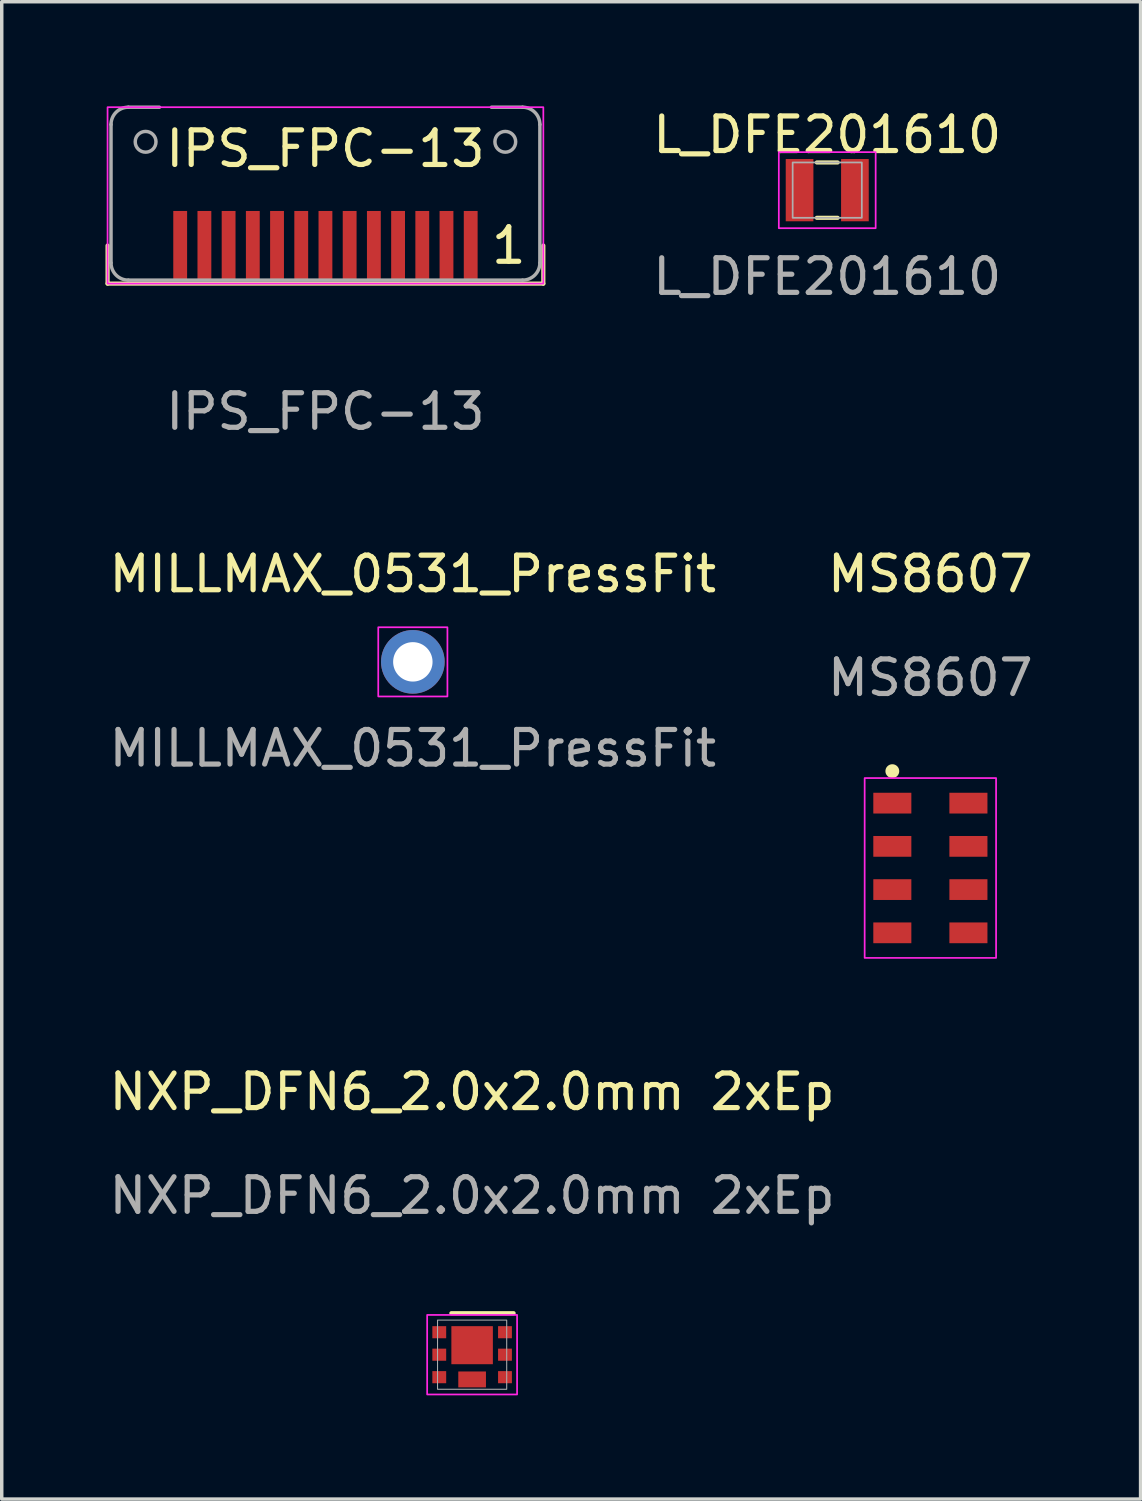
<source format=kicad_pcb>
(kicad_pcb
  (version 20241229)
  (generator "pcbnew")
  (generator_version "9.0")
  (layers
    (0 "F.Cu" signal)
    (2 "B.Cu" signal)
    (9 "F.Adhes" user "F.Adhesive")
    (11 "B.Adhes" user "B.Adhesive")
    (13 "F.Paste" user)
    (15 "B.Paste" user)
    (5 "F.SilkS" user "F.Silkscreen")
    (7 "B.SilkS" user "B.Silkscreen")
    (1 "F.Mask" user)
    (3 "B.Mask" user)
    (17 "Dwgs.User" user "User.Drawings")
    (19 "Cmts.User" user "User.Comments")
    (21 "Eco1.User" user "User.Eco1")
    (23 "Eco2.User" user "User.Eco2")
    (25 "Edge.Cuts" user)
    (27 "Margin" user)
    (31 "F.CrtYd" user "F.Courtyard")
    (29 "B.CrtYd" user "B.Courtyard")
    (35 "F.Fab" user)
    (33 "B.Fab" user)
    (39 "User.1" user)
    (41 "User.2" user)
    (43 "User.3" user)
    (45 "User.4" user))
  (footprint "IPS_FPC-13"
    (layer "F.Cu")
    (at 6.36 4.05)
    (property "Reference" "IPS_FPC-13" (at 0 -2.8 0) (unlocked yes) (layer "F.SilkS") (effects (font (size 1 1) (thickness 0.15))))
    (attr smd)
    (fp_line (start -6.3 1.1) (end -6.3 0) (stroke (width 0.12) (type solid)) (layer "F.SilkS"))
    (fp_line (start 6.3 0) (end 6.3 1.1) (stroke (width 0.12) (type solid)) (layer "F.SilkS"))
    (fp_line (start 6.3 1.1) (end -6.3 1.1) (stroke (width 0.12) (type solid)) (layer "F.SilkS"))
    (fp_rect (start -6.3 -4) (end 6.3 1.1) (stroke (width 0.05) (type solid)) (fill no) (layer "F.CrtYd"))
    (fp_line (start -6.2 0.5) (end -6.2 -3.5) (stroke (width 0.1) (type solid)) (layer "F.Fab"))
    (fp_line (start -5.7 -4) (end -4.8 -4) (stroke (width 0.1) (type solid)) (layer "F.Fab"))
    (fp_line (start 5.7 1) (end -5.7 1) (stroke (width 0.1) (type solid)) (layer "F.Fab"))
    (fp_line (start 5.7 -4) (end 4.8 -4) (stroke (width 0.1) (type solid)) (layer "F.Fab"))
    (fp_line (start 6.2 0.5) (end 6.2 -3.5) (stroke (width 0.1) (type solid)) (layer "F.Fab"))
    (fp_arc (start -6.200001 -3.500001) (mid -6.053554 -3.853554) (end -5.700001 -4.000001) (stroke (width 0.1) (type solid)) (layer "F.Fab"))
    (fp_arc (start -5.7 1) (mid -6.053553 0.853553) (end -6.2 0.5) (stroke (width 0.1) (type solid)) (layer "F.Fab"))
    (fp_arc (start 5.700001 -4.000001) (mid 6.053554 -3.853554) (end 6.200001 -3.500001) (stroke (width 0.1) (type solid)) (layer "F.Fab"))
    (fp_arc (start 6.2 0.5) (mid 6.053553 0.853553) (end 5.7 1) (stroke (width 0.1) (type solid)) (layer "F.Fab"))
    (fp_circle (center -5.2 -3) (end -4.9 -3) (stroke (width 0.1) (type solid)) (fill no) (layer "F.Fab"))
    (fp_circle (center 5.2 -3) (end 5.5 -3) (stroke (width 0.1) (type solid)) (fill no) (layer "F.Fab"))
    (fp_text user "1" (at 5.3 0 0) (unlocked yes) (layer "F.SilkS") (effects (font (size 1 1) (thickness 0.15))))
    (fp_text user "${REFERENCE}" (at 0 4.8 0) (unlocked yes) (layer "F.Fab") (effects (font (size 1 1) (thickness 0.15))))
    (pad "1" smd rect (at 4.2 0) (size 0.4 2) (layers "F.Cu" "F.Mask" "F.Paste"))
    (pad "2" smd rect (at 3.5 0) (size 0.4 2) (layers "F.Cu" "F.Mask" "F.Paste"))
    (pad "3" smd rect (at 2.8 0) (size 0.4 2) (layers "F.Cu" "F.Mask" "F.Paste"))
    (pad "4" smd rect (at 2.1 0) (size 0.4 2) (layers "F.Cu" "F.Mask" "F.Paste"))
    (pad "5" smd rect (at 1.4 0) (size 0.4 2) (layers "F.Cu" "F.Mask" "F.Paste"))
    (pad "6" smd rect (at 0.7 0) (size 0.4 2) (layers "F.Cu" "F.Mask" "F.Paste"))
    (pad "7" smd rect (at 0 0) (size 0.4 2) (layers "F.Cu" "F.Mask" "F.Paste"))
    (pad "8" smd rect (at -0.7 0) (size 0.4 2) (layers "F.Cu" "F.Mask" "F.Paste"))
    (pad "9" smd rect (at -1.4 0) (size 0.4 2) (layers "F.Cu" "F.Mask" "F.Paste"))
    (pad "10" smd rect (at -2.1 0) (size 0.4 2) (layers "F.Cu" "F.Mask" "F.Paste"))
    (pad "11" smd rect (at -2.8 0) (size 0.4 2) (layers "F.Cu" "F.Mask" "F.Paste"))
    (pad "12" smd rect (at -3.5 0) (size 0.4 2) (layers "F.Cu" "F.Mask" "F.Paste"))
    (pad "13" smd rect (at -4.2 0) (size 0.4 2) (layers "F.Cu" "F.Mask" "F.Paste")))
  (footprint "L_DFE201610"
    (layer "F.Cu")
    (at 20.869 2.448)
    (property "Reference" "L_DFE201610" (at 0 -1.6 0) (unlocked yes) (layer "F.SilkS") (effects (font (size 1 1) (thickness 0.15))))
    (attr smd)
    (fp_line (start -0.3 -0.8) (end 0.3 -0.8) (stroke (width 0.12) (type solid)) (layer "F.SilkS"))
    (fp_line (start -0.3 0.8) (end 0.3 0.8) (stroke (width 0.12) (type solid)) (layer "F.SilkS"))
    (fp_rect (start -1.4 -1.1) (end 1.4 1.1) (stroke (width 0.05) (type solid)) (fill no) (layer "F.CrtYd"))
    (fp_rect (start -1 -0.8) (end 1 0.8) (stroke (width 0.05) (type solid)) (fill no) (layer "F.Fab"))
    (fp_text user "${REFERENCE}" (at 0 2.5 0) (unlocked yes) (layer "F.Fab") (effects (font (size 1 1) (thickness 0.15))))
    (pad "1" smd rect (at -0.8 0) (size 0.8 1.8) (layers "F.Cu" "F.Mask" "F.Paste"))
    (pad "2" smd rect (at 0.8 0) (size 0.8 1.8) (layers "F.Cu" "F.Mask" "F.Paste")))
  (footprint "MS8607"
    (layer "F.Cu")
    (at 23.851 22.047)
    (property "Reference" "MS8607" (at 0 -8.5 0) (unlocked yes) (layer "F.SilkS") (effects (font (size 1 1) (thickness 0.15))))
    (attr smd)
    (fp_circle (center -1.1 -2.8) (end -0.9 -2.8) (stroke (width 0) (type solid)) (fill yes) (layer "F.SilkS"))
    (fp_rect (start -1.9 -2.6) (end 1.9 2.6) (stroke (width 0.05) (type solid)) (fill no) (layer "F.CrtYd"))
    (fp_text user "${REFERENCE}" (at 0 -5.5 0) (unlocked yes) (layer "F.Fab") (effects (font (size 1 1) (thickness 0.15))))
    (pad "1" smd rect (at -1.1 -1.875) (size 1.1 0.6) (layers "F.Cu" "F.Mask" "F.Paste"))
    (pad "2" smd rect (at -1.1 -0.625) (size 1.1 0.6) (layers "F.Cu" "F.Mask" "F.Paste"))
    (pad "3" smd rect (at -1.1 0.625) (size 1.1 0.6) (layers "F.Cu" "F.Mask" "F.Paste"))
    (pad "4" smd rect (at -1.1 1.875) (size 1.1 0.6) (layers "F.Cu" "F.Mask" "F.Paste"))
    (pad "5" smd rect (at 1.1 1.875) (size 1.1 0.6) (layers "F.Cu" "F.Mask" "F.Paste"))
    (pad "6" smd rect (at 1.1 0.625) (size 1.1 0.6) (layers "F.Cu" "F.Mask" "F.Paste"))
    (pad "7" smd rect (at 1.1 -0.625) (size 1.1 0.6) (layers "F.Cu" "F.Mask" "F.Paste"))
    (pad "8" smd rect (at 1.1 -1.875) (size 1.1 0.6) (layers "F.Cu" "F.Mask" "F.Paste")))
  (footprint "NXP_DFN6_2.0x2.0mm 2xEp"
    (layer "F.Cu")
    (at 10.601 36.12)
    (property "Reference" "NXP_DFN6_2.0x2.0mm 2xEp" (at 0 -7.6 0) (unlocked yes) (layer "F.SilkS") (effects (font (size 1 1) (thickness 0.15))))
    (attr smd)
    (fp_line (start 1.2 -1.2) (end -0.6 -1.2) (stroke (width 0.12) (type solid)) (layer "F.SilkS"))
    (fp_rect (start -1.3 -1.15) (end 1.3 1.15) (stroke (width 0.05) (type solid)) (fill no) (layer "F.CrtYd"))
    (fp_rect (start -1 -1) (end 1 1) (stroke (width 0.03) (type solid)) (fill no) (layer "F.Fab"))
    (fp_text user "${REFERENCE}" (at 0 -4.6 0) (unlocked yes) (layer "F.Fab") (effects (font (size 1 1) (thickness 0.15))))
    (pad "1" smd rect (at -0.95 -0.65) (size 0.4 0.35) (layers "F.Cu" "F.Mask" "F.Paste"))
    (pad "2" smd rect (at -0.95 0) (size 0.4 0.35) (layers "F.Cu" "F.Mask" "F.Paste"))
    (pad "3" smd rect (at -0.95 0.65) (size 0.4 0.35) (layers "F.Cu" "F.Mask" "F.Paste"))
    (pad "4" smd rect (at 0.95 0.65) (size 0.4 0.35) (layers "F.Cu" "F.Mask" "F.Paste"))
    (pad "5" smd rect (at 0.95 0) (size 0.4 0.35) (layers "F.Cu" "F.Mask" "F.Paste"))
    (pad "6" smd rect (at 0.95 -0.65) (size 0.4 0.35) (layers "F.Cu" "F.Mask" "F.Paste"))
    (pad "7" smd rect (at 0 -0.275) (size 1.2 1.1) (layers "F.Cu" "F.Mask" "F.Paste"))
    (pad "8" smd rect (at 0 0.715) (size 0.8 0.46) (layers "F.Cu" "F.Mask" "F.Paste")))
  (footprint "MILLMAX_0531_PressFit"
    (layer "F.Cu")
    (at 8.887 16.087)
    (property "Reference" "MILLMAX_0531_PressFit" (at 0 -2.54 0) (unlocked yes) (layer "F.SilkS") (effects (font (size 1 1) (thickness 0.15))))
    (attr through_hole)
    (fp_rect (start -1 -1) (end 1 1) (stroke (width 0.05) (type solid)) (fill no) (layer "F.CrtYd"))
    (fp_text user "${REFERENCE}" (at 0 2.5 0) (unlocked yes) (layer "F.Fab") (effects (font (size 1 1) (thickness 0.15))))
    (pad "1" thru_hole circle (at 0 0) (size 1.84 1.84) (drill 1.14) (layers "*.Cu" "*.Mask")))
  (gr_rect
    (start -3 -3)
    (end 29.929 40.295)
    (stroke (width 0.1) (type default))
    (fill no)
    (layer "Edge.Cuts")))
</source>
